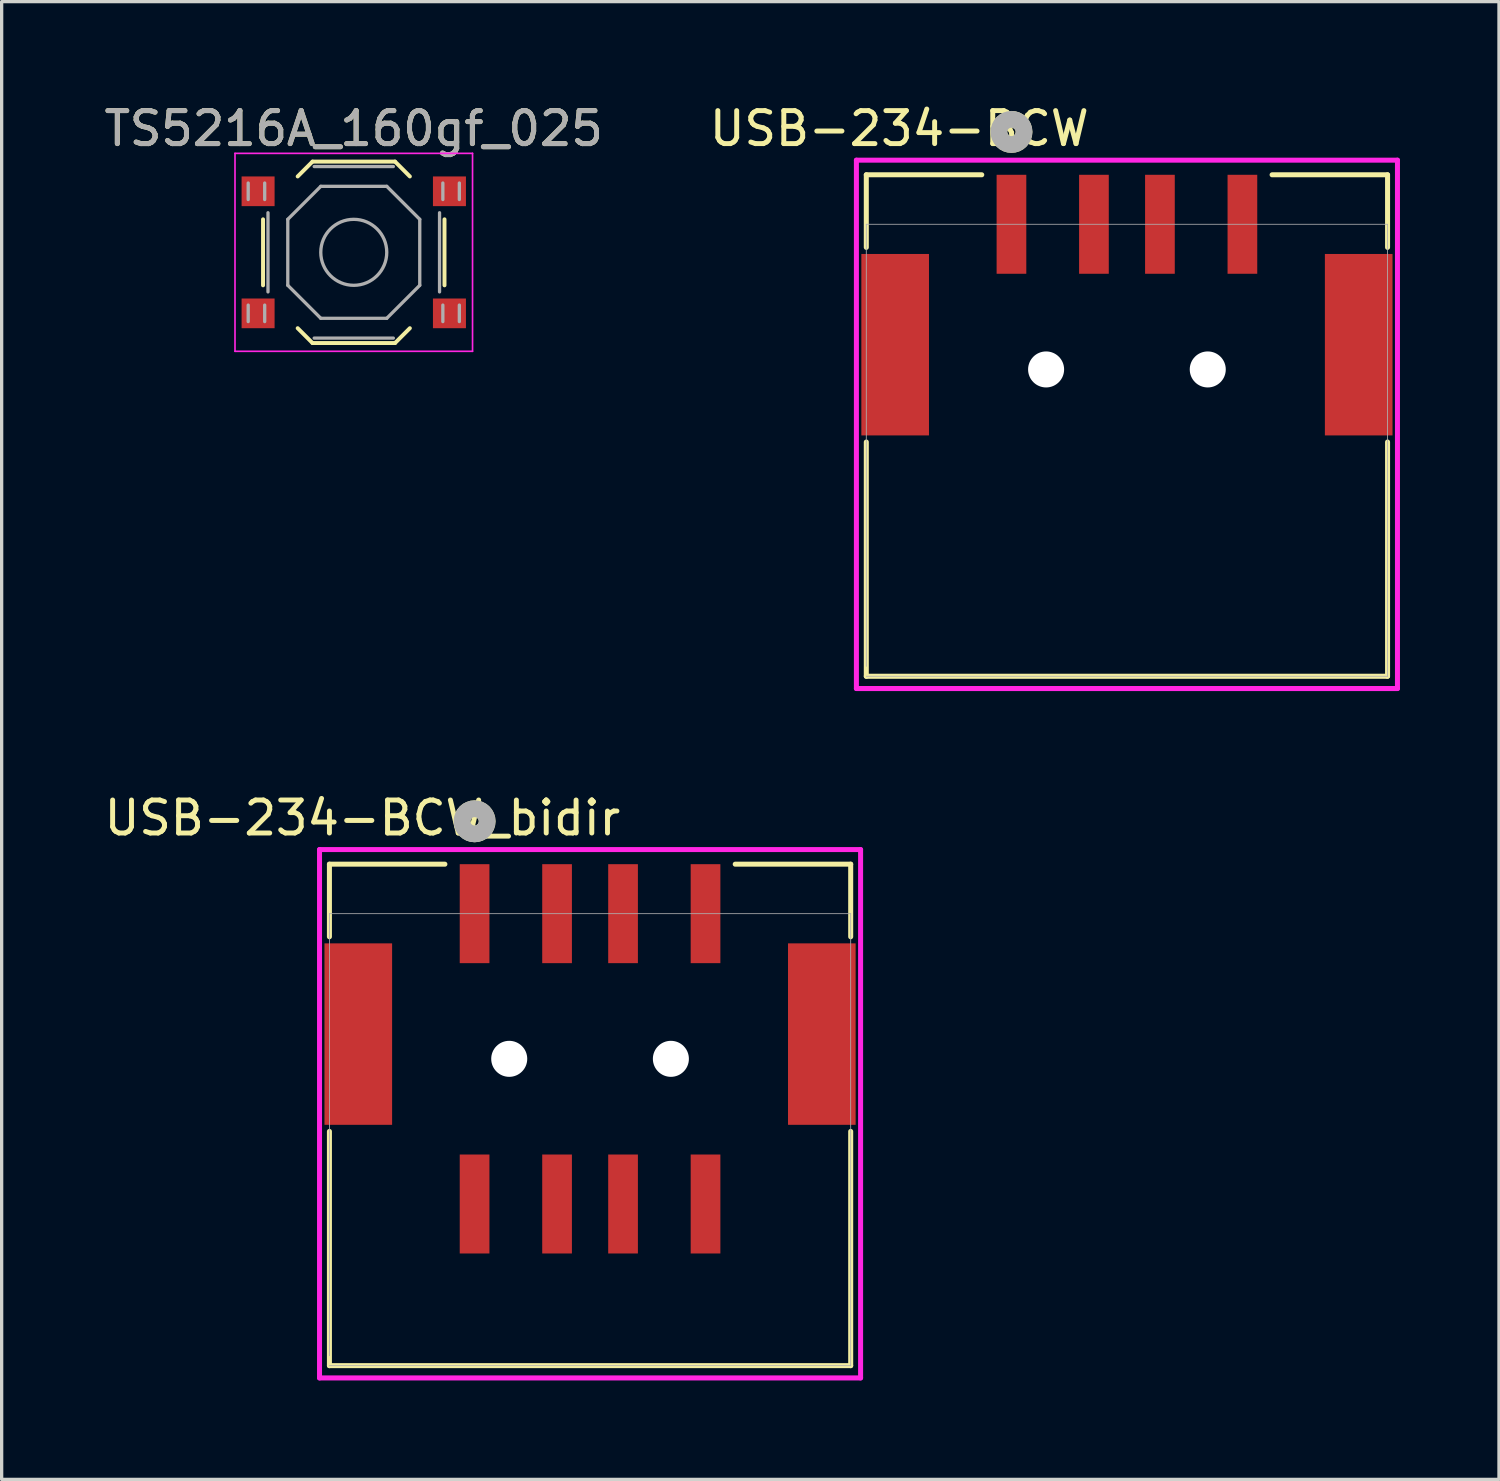
<source format=kicad_pcb>
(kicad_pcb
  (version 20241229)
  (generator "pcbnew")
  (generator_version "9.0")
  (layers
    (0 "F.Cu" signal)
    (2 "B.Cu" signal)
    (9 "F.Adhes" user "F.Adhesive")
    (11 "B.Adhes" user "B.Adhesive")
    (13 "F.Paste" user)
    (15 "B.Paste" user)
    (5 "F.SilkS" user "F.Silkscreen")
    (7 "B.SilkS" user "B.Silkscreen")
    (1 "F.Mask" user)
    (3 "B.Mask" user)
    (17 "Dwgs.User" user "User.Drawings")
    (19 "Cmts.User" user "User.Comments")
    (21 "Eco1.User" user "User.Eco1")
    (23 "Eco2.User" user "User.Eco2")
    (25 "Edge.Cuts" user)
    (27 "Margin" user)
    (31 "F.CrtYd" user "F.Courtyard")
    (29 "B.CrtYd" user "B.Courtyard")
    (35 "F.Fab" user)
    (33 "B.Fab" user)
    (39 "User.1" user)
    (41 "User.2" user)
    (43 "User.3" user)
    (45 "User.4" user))
  (footprint "TS5216A_160gf_025"
    (layer "F.Cu")
    (at 7.673 4.598)
    (property "Reference" "TS5216A_160gf_025" (at 0 -3.75 0) (layer "F.SilkS") (effects (font (size 1 1) (thickness 0.15))))
    (attr smd)
    (fp_line (start -2.75 -1) (end -2.75 1) (stroke (width 0.12) (type solid)) (layer "F.SilkS"))
    (fp_line (start -1.7 -2.3) (end -1.25 -2.75) (stroke (width 0.12) (type solid)) (layer "F.SilkS"))
    (fp_line (start -1.7 2.3) (end -1.25 2.75) (stroke (width 0.12) (type solid)) (layer "F.SilkS"))
    (fp_line (start -1.25 -2.75) (end 1.25 -2.75) (stroke (width 0.12) (type solid)) (layer "F.SilkS"))
    (fp_line (start -1.25 2.75) (end 1.25 2.75) (stroke (width 0.12) (type solid)) (layer "F.SilkS"))
    (fp_line (start 1.7 -2.3) (end 1.25 -2.75) (stroke (width 0.12) (type solid)) (layer "F.SilkS"))
    (fp_line (start 1.7 2.3) (end 1.25 2.75) (stroke (width 0.12) (type solid)) (layer "F.SilkS"))
    (fp_line (start 2.75 -1) (end 2.75 1) (stroke (width 0.12) (type solid)) (layer "F.SilkS"))
    (fp_line (start -3.6 -3) (end 3.6 -3) (stroke (width 0.05) (type solid)) (layer "F.CrtYd"))
    (fp_line (start -3.6 3) (end -3.6 -3) (stroke (width 0.05) (type solid)) (layer "F.CrtYd"))
    (fp_line (start 3.6 -3) (end 3.6 3) (stroke (width 0.05) (type solid)) (layer "F.CrtYd"))
    (fp_line (start 3.6 3) (end -3.6 3) (stroke (width 0.05) (type solid)) (layer "F.CrtYd"))
    (fp_line (start -3.2 -2.1) (end -3.2 -1.6) (stroke (width 0.1) (type solid)) (layer "F.Fab"))
    (fp_line (start -3.2 2.1) (end -3.2 1.6) (stroke (width 0.1) (type solid)) (layer "F.Fab"))
    (fp_line (start -2.7 -2.1) (end -2.7 -1.6) (stroke (width 0.1) (type solid)) (layer "F.Fab"))
    (fp_line (start -2.7 2.1) (end -2.7 1.6) (stroke (width 0.1) (type solid)) (layer "F.Fab"))
    (fp_line (start -2.6 -1.2) (end -2.6 1.2) (stroke (width 0.1) (type solid)) (layer "F.Fab"))
    (fp_line (start -2 -1) (end -1 -2) (stroke (width 0.1) (type solid)) (layer "F.Fab"))
    (fp_line (start -2 1) (end -2 -1) (stroke (width 0.1) (type solid)) (layer "F.Fab"))
    (fp_line (start -1.2 2.6) (end 1.2 2.6) (stroke (width 0.1) (type solid)) (layer "F.Fab"))
    (fp_line (start -1 -2) (end 1 -2) (stroke (width 0.1) (type solid)) (layer "F.Fab"))
    (fp_line (start -1 2) (end -2 1) (stroke (width 0.1) (type solid)) (layer "F.Fab"))
    (fp_line (start 1 -2) (end 2 -1) (stroke (width 0.1) (type solid)) (layer "F.Fab"))
    (fp_line (start 1 2) (end -1 2) (stroke (width 0.1) (type solid)) (layer "F.Fab"))
    (fp_line (start 1.2 -2.6) (end -1.2 -2.6) (stroke (width 0.1) (type solid)) (layer "F.Fab"))
    (fp_line (start 2 -1) (end 2 1) (stroke (width 0.1) (type solid)) (layer "F.Fab"))
    (fp_line (start 2 1) (end 1 2) (stroke (width 0.1) (type solid)) (layer "F.Fab"))
    (fp_line (start 2.6 1.2) (end 2.6 -1.2) (stroke (width 0.1) (type solid)) (layer "F.Fab"))
    (fp_line (start 2.7 -2.1) (end 2.7 -1.6) (stroke (width 0.1) (type solid)) (layer "F.Fab"))
    (fp_line (start 2.7 2.1) (end 2.7 1.6) (stroke (width 0.1) (type solid)) (layer "F.Fab"))
    (fp_line (start 3.2 -2.1) (end 3.2 -1.6) (stroke (width 0.1) (type solid)) (layer "F.Fab"))
    (fp_line (start 3.2 2.1) (end 3.2 1.6) (stroke (width 0.1) (type solid)) (layer "F.Fab"))
    (fp_circle (center 0 0) (end 1 0) (stroke (width 0.1) (type solid)) (fill no) (layer "F.Fab"))
    (fp_text user "${REFERENCE}" (at 0 -3.75 0) (layer "F.Fab") (effects (font (size 1 1) (thickness 0.15))))
    (pad "1" smd rect (at -2.9 -1.85) (size 1 0.9) (layers "F.Cu" "F.Mask" "F.Paste"))
    (pad "2" smd rect (at 2.9 -1.85) (size 1 0.9) (layers "F.Cu" "F.Mask" "F.Paste"))
    (pad "3" smd rect (at -2.9 1.85) (size 1 0.9) (layers "F.Cu" "F.Mask" "F.Paste"))
    (pad "4" smd rect (at 2.9 1.85) (size 1 0.9) (layers "F.Cu" "F.Mask" "F.Paste")))
  (footprint "USB-234-BCW_bidir"
    (layer "F.Cu")
    (at 11.335 24.644)
    (property "Reference" "USB-234-BCW_bidir" (at -3.4 -2.9 0) (unlocked yes) (layer "F.SilkS") (effects (font (size 1 1) (thickness 0.15))))
    (attr smd)
    (fp_line (start -4.4 -1.5) (end -4.4 0.7) (stroke (width 0.152) (type solid)) (layer "F.SilkS"))
    (fp_line (start -4.4 6.6) (end -4.4 13.7) (stroke (width 0.152) (type solid)) (layer "F.SilkS"))
    (fp_line (start -4.4 13.7) (end 11.4 13.7) (stroke (width 0.152) (type solid)) (layer "F.SilkS"))
    (fp_line (start -0.9 -1.5) (end -4.4 -1.5) (stroke (width 0.152) (type solid)) (layer "F.SilkS"))
    (fp_line (start 11.4 -1.5) (end 7.9 -1.5) (stroke (width 0.152) (type solid)) (layer "F.SilkS"))
    (fp_line (start 11.4 0.7) (end 11.4 -1.5) (stroke (width 0.152) (type solid)) (layer "F.SilkS"))
    (fp_line (start 11.4 13.7) (end 11.4 6.6) (stroke (width 0.152) (type solid)) (layer "F.SilkS"))
    (fp_circle (center 0 -2.8) (end 0.381 -2.8) (stroke (width 0.508) (type solid)) (fill no) (layer "F.SilkS"))
    (fp_line (start -4.7 -1.943) (end -4.7 14.072) (stroke (width 0.152) (type solid)) (layer "F.CrtYd"))
    (fp_line (start -4.7 14.072) (end 11.7 14.072) (stroke (width 0.152) (type solid)) (layer "F.CrtYd"))
    (fp_line (start 11.7 -1.943) (end -4.7 -1.943) (stroke (width 0.152) (type solid)) (layer "F.CrtYd"))
    (fp_line (start 11.7 14.072) (end 11.7 -1.943) (stroke (width 0.152) (type solid)) (layer "F.CrtYd"))
    (fp_line (start -4.4 0) (end -4.4 13.4) (stroke (width 0.025) (type solid)) (layer "F.Fab"))
    (fp_line (start -4.4 13.7) (end 11.4 13.7) (stroke (width 0.025) (type solid)) (layer "F.Fab"))
    (fp_line (start 11.4 0) (end -4.4 0) (stroke (width 0.025) (type solid)) (layer "F.Fab"))
    (fp_line (start 11.4 13.7) (end 11.4 0) (stroke (width 0.025) (type solid)) (layer "F.Fab"))
    (fp_circle (center 0 -2.8) (end 0.381 -2.8) (stroke (width 0.508) (type solid)) (fill no) (layer "F.Fab"))
    (pad "" np_thru_hole circle (at 1.05 4.4) (size 1.092 1.092) (drill 1.092) (layers "*.Cu" "*.Mask"))
    (pad "" np_thru_hole circle (at 5.95 4.4) (size 1.092 1.092) (drill 1.092) (layers "*.Cu" "*.Mask"))
    (pad "1" smd rect (at 0 0) (size 0.9 3) (layers "F.Cu" "F.Mask" "F.Paste"))
    (pad "1" smd rect (at 7 8.8) (size 0.9 3) (layers "F.Cu" "F.Mask" "F.Paste"))
    (pad "2" smd rect (at 2.5 0) (size 0.9 3) (layers "F.Cu" "F.Mask" "F.Paste"))
    (pad "2" smd rect (at 4.5 8.8) (size 0.9 3) (layers "F.Cu" "F.Mask" "F.Paste"))
    (pad "3" smd rect (at 2.5 8.8) (size 0.9 3) (layers "F.Cu" "F.Mask" "F.Paste"))
    (pad "3" smd rect (at 4.5 0) (size 0.9 3) (layers "F.Cu" "F.Mask" "F.Paste"))
    (pad "4" smd rect (at 0 8.8) (size 0.9 3) (layers "F.Cu" "F.Mask" "F.Paste"))
    (pad "4" smd rect (at 7 0) (size 0.9 3) (layers "F.Cu" "F.Mask" "F.Paste"))
    (pad "5" smd rect (at -3.525 3.65) (size 2.05 5.5) (layers "F.Cu" "F.Mask" "F.Paste"))
    (pad "6" smd rect (at 10.525 3.65) (size 2.05 5.5) (layers "F.Cu" "F.Mask" "F.Paste")))
  (footprint "USB-234-BCW"
    (layer "F.Cu")
    (at 27.608 3.748)
    (property "Reference" "USB-234-BCW" (at -3.4 -2.9 0) (unlocked yes) (layer "F.SilkS") (effects (font (size 1 1) (thickness 0.15))))
    (attr smd)
    (fp_line (start -4.4 -1.5) (end -4.4 0.7) (stroke (width 0.152) (type solid)) (layer "F.SilkS"))
    (fp_line (start -4.4 6.6) (end -4.4 13.7) (stroke (width 0.152) (type solid)) (layer "F.SilkS"))
    (fp_line (start -4.4 13.7) (end 11.4 13.7) (stroke (width 0.152) (type solid)) (layer "F.SilkS"))
    (fp_line (start -0.9 -1.5) (end -4.4 -1.5) (stroke (width 0.152) (type solid)) (layer "F.SilkS"))
    (fp_line (start 11.4 -1.5) (end 7.9 -1.5) (stroke (width 0.152) (type solid)) (layer "F.SilkS"))
    (fp_line (start 11.4 0.7) (end 11.4 -1.5) (stroke (width 0.152) (type solid)) (layer "F.SilkS"))
    (fp_line (start 11.4 13.7) (end 11.4 6.6) (stroke (width 0.152) (type solid)) (layer "F.SilkS"))
    (fp_circle (center 0 -2.8) (end 0.381 -2.8) (stroke (width 0.508) (type solid)) (fill no) (layer "F.SilkS"))
    (fp_line (start -4.7 -1.943) (end -4.7 14.072) (stroke (width 0.152) (type solid)) (layer "F.CrtYd"))
    (fp_line (start -4.7 14.072) (end 11.7 14.072) (stroke (width 0.152) (type solid)) (layer "F.CrtYd"))
    (fp_line (start 11.7 -1.943) (end -4.7 -1.943) (stroke (width 0.152) (type solid)) (layer "F.CrtYd"))
    (fp_line (start 11.7 14.072) (end 11.7 -1.943) (stroke (width 0.152) (type solid)) (layer "F.CrtYd"))
    (fp_line (start -4.4 0) (end -4.4 13.4) (stroke (width 0.025) (type solid)) (layer "F.Fab"))
    (fp_line (start -4.4 13.7) (end 11.4 13.7) (stroke (width 0.025) (type solid)) (layer "F.Fab"))
    (fp_line (start 11.4 0) (end -4.4 0) (stroke (width 0.025) (type solid)) (layer "F.Fab"))
    (fp_line (start 11.4 13.7) (end 11.4 0) (stroke (width 0.025) (type solid)) (layer "F.Fab"))
    (fp_circle (center 0 -2.8) (end 0.381 -2.8) (stroke (width 0.508) (type solid)) (fill no) (layer "F.Fab"))
    (pad "" np_thru_hole circle (at 1.05 4.4) (size 1.092 1.092) (drill 1.092) (layers "*.Cu" "*.Mask"))
    (pad "" np_thru_hole circle (at 5.95 4.4) (size 1.092 1.092) (drill 1.092) (layers "*.Cu" "*.Mask"))
    (pad "1" smd rect (at 0 0) (size 0.9 3) (layers "F.Cu" "F.Mask" "F.Paste"))
    (pad "2" smd rect (at 2.5 0) (size 0.9 3) (layers "F.Cu" "F.Mask" "F.Paste"))
    (pad "3" smd rect (at 4.5 0) (size 0.9 3) (layers "F.Cu" "F.Mask" "F.Paste"))
    (pad "4" smd rect (at 7 0) (size 0.9 3) (layers "F.Cu" "F.Mask" "F.Paste"))
    (pad "5" smd rect (at -3.525 3.65) (size 2.05 5.5) (layers "F.Cu" "F.Mask" "F.Paste"))
    (pad "6" smd rect (at 10.525 3.65) (size 2.05 5.5) (layers "F.Cu" "F.Mask" "F.Paste")))
  (gr_rect
    (start -3 -3)
    (end 42.385 41.792)
    (stroke (width 0.1) (type default))
    (fill no)
    (layer "Edge.Cuts")))
</source>
